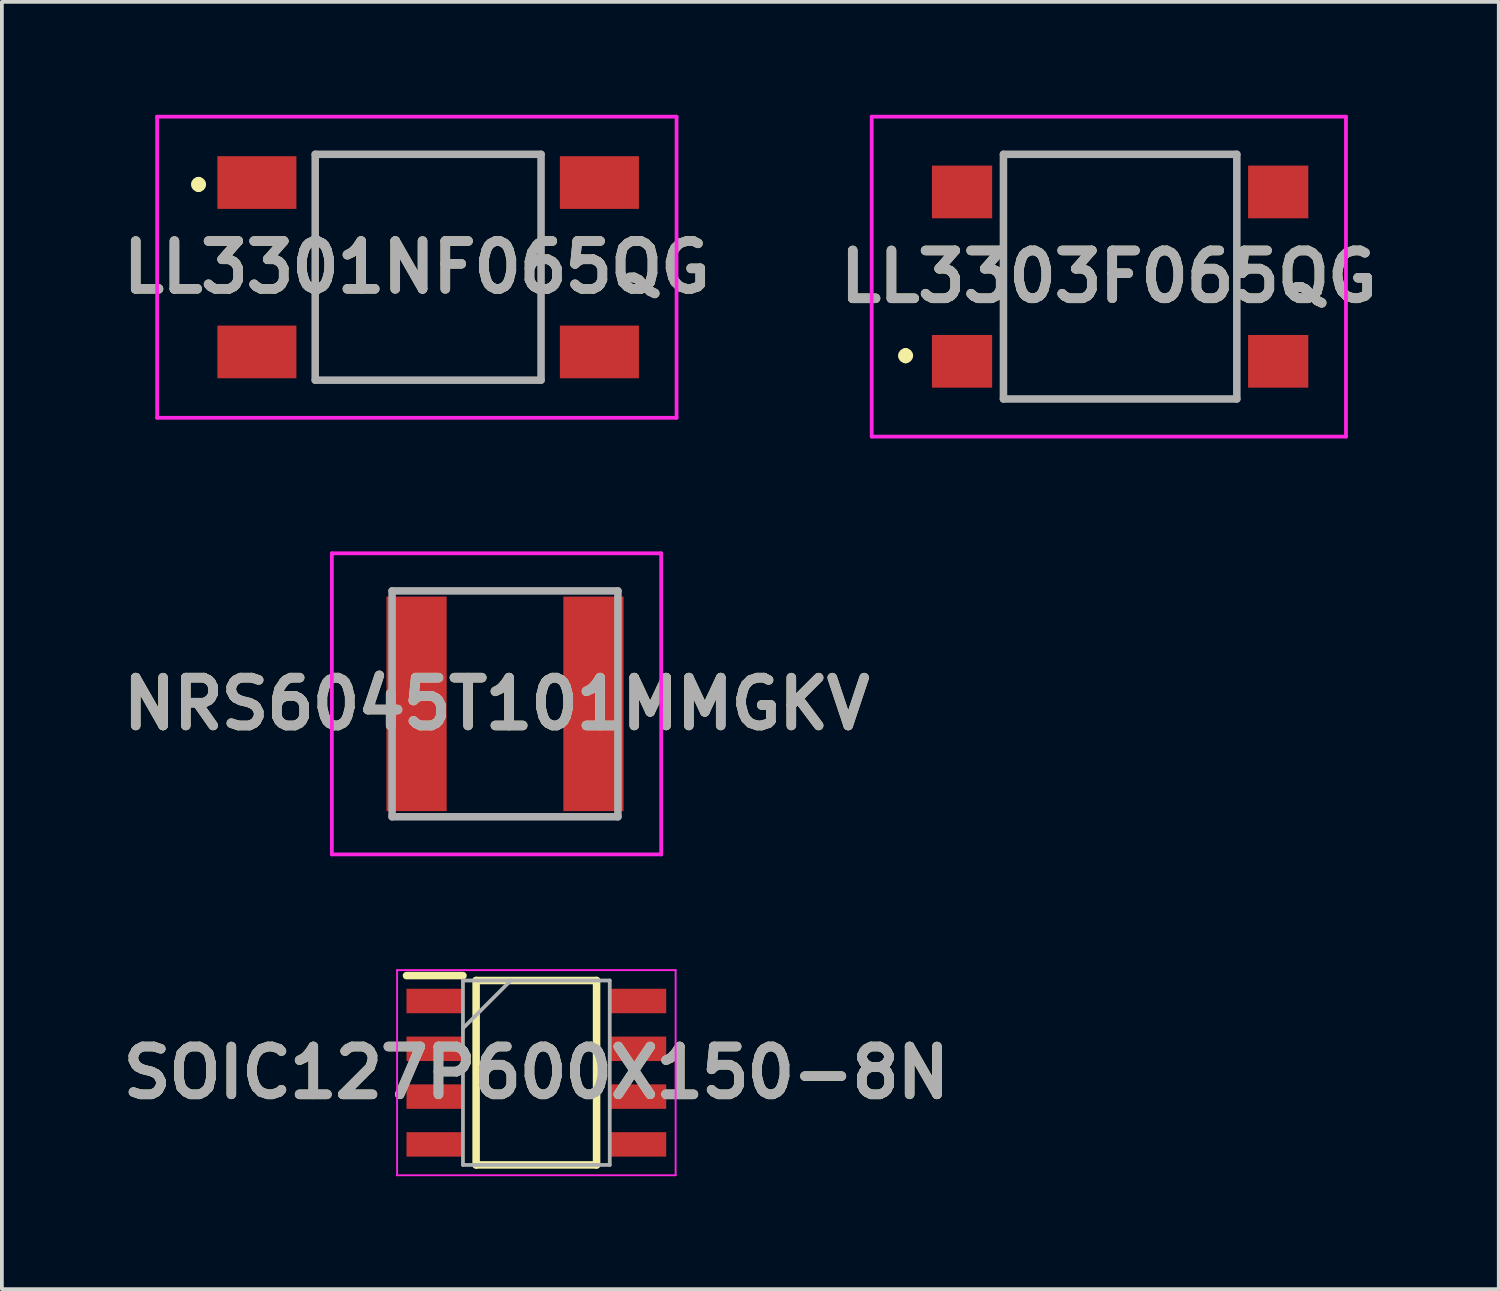
<source format=kicad_pcb>
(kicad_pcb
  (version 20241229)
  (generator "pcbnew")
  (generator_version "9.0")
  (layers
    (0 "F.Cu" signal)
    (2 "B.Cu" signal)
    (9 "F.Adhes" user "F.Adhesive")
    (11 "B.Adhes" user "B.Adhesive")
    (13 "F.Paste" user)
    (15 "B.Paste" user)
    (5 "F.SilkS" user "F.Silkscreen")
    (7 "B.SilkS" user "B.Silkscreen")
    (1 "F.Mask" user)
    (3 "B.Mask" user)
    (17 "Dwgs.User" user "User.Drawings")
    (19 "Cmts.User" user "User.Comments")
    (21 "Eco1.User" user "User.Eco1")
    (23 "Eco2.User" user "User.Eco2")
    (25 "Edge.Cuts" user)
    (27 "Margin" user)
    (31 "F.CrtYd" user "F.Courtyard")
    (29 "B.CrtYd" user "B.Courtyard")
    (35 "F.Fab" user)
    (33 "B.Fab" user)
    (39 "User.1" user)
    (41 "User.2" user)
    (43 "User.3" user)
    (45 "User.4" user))
  (footprint "LL3303F065QG"
    (layer "F.Cu")
    (at 26.71 4.3)
    (property "Reference" "LL3303F065QG" (at -0.3 0 0) (layer "F.SilkS") (effects (font (size 1.27 1.27) (thickness 0.254))))
    (attr smd)
    (fp_line (start -5.7 2) (end -5.7 2) (stroke (width 0.2) (type solid)) (layer "F.SilkS"))
    (fp_line (start -5.7 2.2) (end -5.7 2.2) (stroke (width 0.2) (type solid)) (layer "F.SilkS"))
    (fp_line (start -3.1 -3.25) (end 3.1 -3.25) (stroke (width 0.1) (type solid)) (layer "F.SilkS"))
    (fp_line (start -3.1 3.25) (end -3.1 -3.25) (stroke (width 0.1) (type solid)) (layer "F.SilkS"))
    (fp_line (start 3.1 -3.25) (end 3.1 3.25) (stroke (width 0.1) (type solid)) (layer "F.SilkS"))
    (fp_line (start 3.1 3.25) (end -3.1 3.25) (stroke (width 0.1) (type solid)) (layer "F.SilkS"))
    (fp_arc (start -5.7 2) (mid -5.6 2.1) (end -5.7 2.2) (stroke (width 0.2) (type solid)) (layer "F.SilkS"))
    (fp_arc (start -5.7 2.2) (mid -5.8 2.1) (end -5.7 2) (stroke (width 0.2) (type solid)) (layer "F.SilkS"))
    (fp_line (start -6.6 -4.25) (end 6 -4.25) (stroke (width 0.1) (type solid)) (layer "F.CrtYd"))
    (fp_line (start -6.6 4.25) (end -6.6 -4.25) (stroke (width 0.1) (type solid)) (layer "F.CrtYd"))
    (fp_line (start 6 -4.25) (end 6 4.25) (stroke (width 0.1) (type solid)) (layer "F.CrtYd"))
    (fp_line (start 6 4.25) (end -6.6 4.25) (stroke (width 0.1) (type solid)) (layer "F.CrtYd"))
    (fp_line (start -3.1 -3.25) (end 3.1 -3.25) (stroke (width 0.2) (type solid)) (layer "F.Fab"))
    (fp_line (start -3.1 3.25) (end -3.1 -3.25) (stroke (width 0.2) (type solid)) (layer "F.Fab"))
    (fp_line (start 3.1 -3.25) (end 3.1 3.25) (stroke (width 0.2) (type solid)) (layer "F.Fab"))
    (fp_line (start 3.1 3.25) (end -3.1 3.25) (stroke (width 0.2) (type solid)) (layer "F.Fab"))
    (fp_text user "${REFERENCE}" (at -0.3 0 0) (layer "F.Fab") (effects (font (size 1.27 1.27) (thickness 0.254))))
    (pad "1" smd rect (at -4.2 2.25 90) (size 1.4 1.6) (layers "F.Cu" "F.Mask" "F.Paste"))
    (pad "2" smd rect (at 4.2 2.25 90) (size 1.4 1.6) (layers "F.Cu" "F.Mask" "F.Paste"))
    (pad "3" smd rect (at -4.2 -2.25 90) (size 1.4 1.6) (layers "F.Cu" "F.Mask" "F.Paste"))
    (pad "4" smd rect (at 4.2 -2.25 90) (size 1.4 1.6) (layers "F.Cu" "F.Mask" "F.Paste")))
  (footprint "LL3301NF065QG"
    (layer "F.Cu")
    (at 8.325 4.05)
    (property "Reference" "LL3301NF065QG" (at -0.3 0 0) (layer "F.SilkS") (effects (font (size 1.27 1.27) (thickness 0.254))))
    (attr smd)
    (fp_line (start -6.1 -2.3) (end -6.1 -2.3) (stroke (width 0.2) (type solid)) (layer "F.SilkS"))
    (fp_line (start -6.1 -2.1) (end -6.1 -2.1) (stroke (width 0.2) (type solid)) (layer "F.SilkS"))
    (fp_line (start -3 -3) (end 3 -3) (stroke (width 0.1) (type solid)) (layer "F.SilkS"))
    (fp_line (start -3 3) (end -3 -3) (stroke (width 0.1) (type solid)) (layer "F.SilkS"))
    (fp_line (start 3 -3) (end 3 3) (stroke (width 0.1) (type solid)) (layer "F.SilkS"))
    (fp_line (start 3 3) (end -3 3) (stroke (width 0.1) (type solid)) (layer "F.SilkS"))
    (fp_arc (start -6.1 -2.3) (mid -6 -2.2) (end -6.1 -2.1) (stroke (width 0.2) (type solid)) (layer "F.SilkS"))
    (fp_arc (start -6.1 -2.1) (mid -6.2 -2.2) (end -6.1 -2.3) (stroke (width 0.2) (type solid)) (layer "F.SilkS"))
    (fp_line (start -7.2 -4) (end 6.6 -4) (stroke (width 0.1) (type solid)) (layer "F.CrtYd"))
    (fp_line (start -7.2 4) (end -7.2 -4) (stroke (width 0.1) (type solid)) (layer "F.CrtYd"))
    (fp_line (start 6.6 -4) (end 6.6 4) (stroke (width 0.1) (type solid)) (layer "F.CrtYd"))
    (fp_line (start 6.6 4) (end -7.2 4) (stroke (width 0.1) (type solid)) (layer "F.CrtYd"))
    (fp_line (start -3 -3) (end 3 -3) (stroke (width 0.2) (type solid)) (layer "F.Fab"))
    (fp_line (start -3 3) (end -3 -3) (stroke (width 0.2) (type solid)) (layer "F.Fab"))
    (fp_line (start 3 -3) (end 3 3) (stroke (width 0.2) (type solid)) (layer "F.Fab"))
    (fp_line (start 3 3) (end -3 3) (stroke (width 0.2) (type solid)) (layer "F.Fab"))
    (fp_text user "${REFERENCE}" (at -0.3 0 0) (layer "F.Fab") (effects (font (size 1.27 1.27) (thickness 0.254))))
    (pad "1" smd rect (at -4.55 -2.25 90) (size 1.4 2.1) (layers "F.Cu" "F.Mask" "F.Paste"))
    (pad "2" smd rect (at 4.55 -2.25 90) (size 1.4 2.1) (layers "F.Cu" "F.Mask" "F.Paste"))
    (pad "3" smd rect (at -4.55 2.25 90) (size 1.4 2.1) (layers "F.Cu" "F.Mask" "F.Paste"))
    (pad "4" smd rect (at 4.55 2.25 90) (size 1.4 2.1) (layers "F.Cu" "F.Mask" "F.Paste")))
  (footprint "NRS6045T101MMGKV"
    (layer "F.Cu")
    (at 10.067 15.65)
    (property "Reference" "NRS6045T101MMGKV" (at 0.075 0 0) (layer "F.SilkS") (effects (font (size 1.27 1.27) (thickness 0.254))))
    (attr smd)
    (fp_line (start -3.3 0) (end -3.3 0) (stroke (width 0.1) (type solid)) (layer "F.SilkS"))
    (fp_line (start -3.2 0) (end -3.2 0) (stroke (width 0.1) (type solid)) (layer "F.SilkS"))
    (fp_line (start -2.7 -3) (end 3.3 -3) (stroke (width 0.1) (type solid)) (layer "F.SilkS"))
    (fp_line (start -2.7 3) (end 3.3 3) (stroke (width 0.1) (type solid)) (layer "F.SilkS"))
    (fp_arc (start -3.3 0) (mid -3.25 -0.05) (end -3.2 0) (stroke (width 0.1) (type solid)) (layer "F.SilkS"))
    (fp_arc (start -3.2 0) (mid -3.25 0.05) (end -3.3 0) (stroke (width 0.1) (type solid)) (layer "F.SilkS"))
    (fp_line (start -4.3 -4) (end 4.45 -4) (stroke (width 0.1) (type solid)) (layer "F.CrtYd"))
    (fp_line (start -4.3 4) (end -4.3 -4) (stroke (width 0.1) (type solid)) (layer "F.CrtYd"))
    (fp_line (start 4.45 -4) (end 4.45 4) (stroke (width 0.1) (type solid)) (layer "F.CrtYd"))
    (fp_line (start 4.45 4) (end -4.3 4) (stroke (width 0.1) (type solid)) (layer "F.CrtYd"))
    (fp_line (start -2.7 -3) (end 3.3 -3) (stroke (width 0.2) (type solid)) (layer "F.Fab"))
    (fp_line (start -2.7 3) (end -2.7 -3) (stroke (width 0.2) (type solid)) (layer "F.Fab"))
    (fp_line (start 3.3 -3) (end 3.3 3) (stroke (width 0.2) (type solid)) (layer "F.Fab"))
    (fp_line (start 3.3 3) (end -2.7 3) (stroke (width 0.2) (type solid)) (layer "F.Fab"))
    (fp_text user "${REFERENCE}" (at 0.075 0 0) (layer "F.Fab") (effects (font (size 1.27 1.27) (thickness 0.254))))
    (pad "1" smd rect (at -2.05 0 90) (size 5.7 1.6) (layers "F.Cu" "F.Mask" "F.Paste"))
    (pad "2" smd rect (at 2.65 0 90) (size 5.7 1.6) (layers "F.Cu" "F.Mask" "F.Paste")))
  (footprint "SOIC127P600X150-8N"
    (layer "F.Cu")
    (at 11.2 25.45)
    (property "Reference" "SOIC127P600X150-8N" (at 0 0 0) (layer "F.SilkS") (effects (font (size 1.27 1.27) (thickness 0.254))))
    (attr smd)
    (fp_line (start -3.45 -2.58) (end -1.95 -2.58) (stroke (width 0.2) (type solid)) (layer "F.SilkS"))
    (fp_line (start -1.6 -2.45) (end 1.6 -2.45) (stroke (width 0.2) (type solid)) (layer "F.SilkS"))
    (fp_line (start -1.6 2.45) (end -1.6 -2.45) (stroke (width 0.2) (type solid)) (layer "F.SilkS"))
    (fp_line (start 1.6 -2.45) (end 1.6 2.45) (stroke (width 0.2) (type solid)) (layer "F.SilkS"))
    (fp_line (start 1.6 2.45) (end -1.6 2.45) (stroke (width 0.2) (type solid)) (layer "F.SilkS"))
    (fp_line (start -3.7 -2.725) (end 3.7 -2.725) (stroke (width 0.05) (type solid)) (layer "F.CrtYd"))
    (fp_line (start -3.7 2.725) (end -3.7 -2.725) (stroke (width 0.05) (type solid)) (layer "F.CrtYd"))
    (fp_line (start 3.7 -2.725) (end 3.7 2.725) (stroke (width 0.05) (type solid)) (layer "F.CrtYd"))
    (fp_line (start 3.7 2.725) (end -3.7 2.725) (stroke (width 0.05) (type solid)) (layer "F.CrtYd"))
    (fp_line (start -1.95 -2.45) (end 1.95 -2.45) (stroke (width 0.1) (type solid)) (layer "F.Fab"))
    (fp_line (start -1.95 -1.18) (end -0.68 -2.45) (stroke (width 0.1) (type solid)) (layer "F.Fab"))
    (fp_line (start -1.95 2.45) (end -1.95 -2.45) (stroke (width 0.1) (type solid)) (layer "F.Fab"))
    (fp_line (start 1.95 -2.45) (end 1.95 2.45) (stroke (width 0.1) (type solid)) (layer "F.Fab"))
    (fp_line (start 1.95 2.45) (end -1.95 2.45) (stroke (width 0.1) (type solid)) (layer "F.Fab"))
    (fp_text user "${REFERENCE}" (at 0 0 0) (layer "F.Fab") (effects (font (size 1.27 1.27) (thickness 0.254))))
    (pad "1" smd rect (at -2.7 -1.905 90) (size 0.65 1.5) (layers "F.Cu" "F.Mask" "F.Paste"))
    (pad "2" smd rect (at -2.7 -0.635 90) (size 0.65 1.5) (layers "F.Cu" "F.Mask" "F.Paste"))
    (pad "3" smd rect (at -2.7 0.635 90) (size 0.65 1.5) (layers "F.Cu" "F.Mask" "F.Paste"))
    (pad "4" smd rect (at -2.7 1.905 90) (size 0.65 1.5) (layers "F.Cu" "F.Mask" "F.Paste"))
    (pad "5" smd rect (at 2.7 1.905 90) (size 0.65 1.5) (layers "F.Cu" "F.Mask" "F.Paste"))
    (pad "6" smd rect (at 2.7 0.635 90) (size 0.65 1.5) (layers "F.Cu" "F.Mask" "F.Paste"))
    (pad "7" smd rect (at 2.7 -0.635 90) (size 0.65 1.5) (layers "F.Cu" "F.Mask" "F.Paste"))
    (pad "8" smd rect (at 2.7 -1.905 90) (size 0.65 1.5) (layers "F.Cu" "F.Mask" "F.Paste")))
  (gr_rect
    (start -3 -3)
    (end 36.77 31.2)
    (stroke (width 0.1) (type default))
    (fill no)
    (layer "Edge.Cuts")))
</source>
